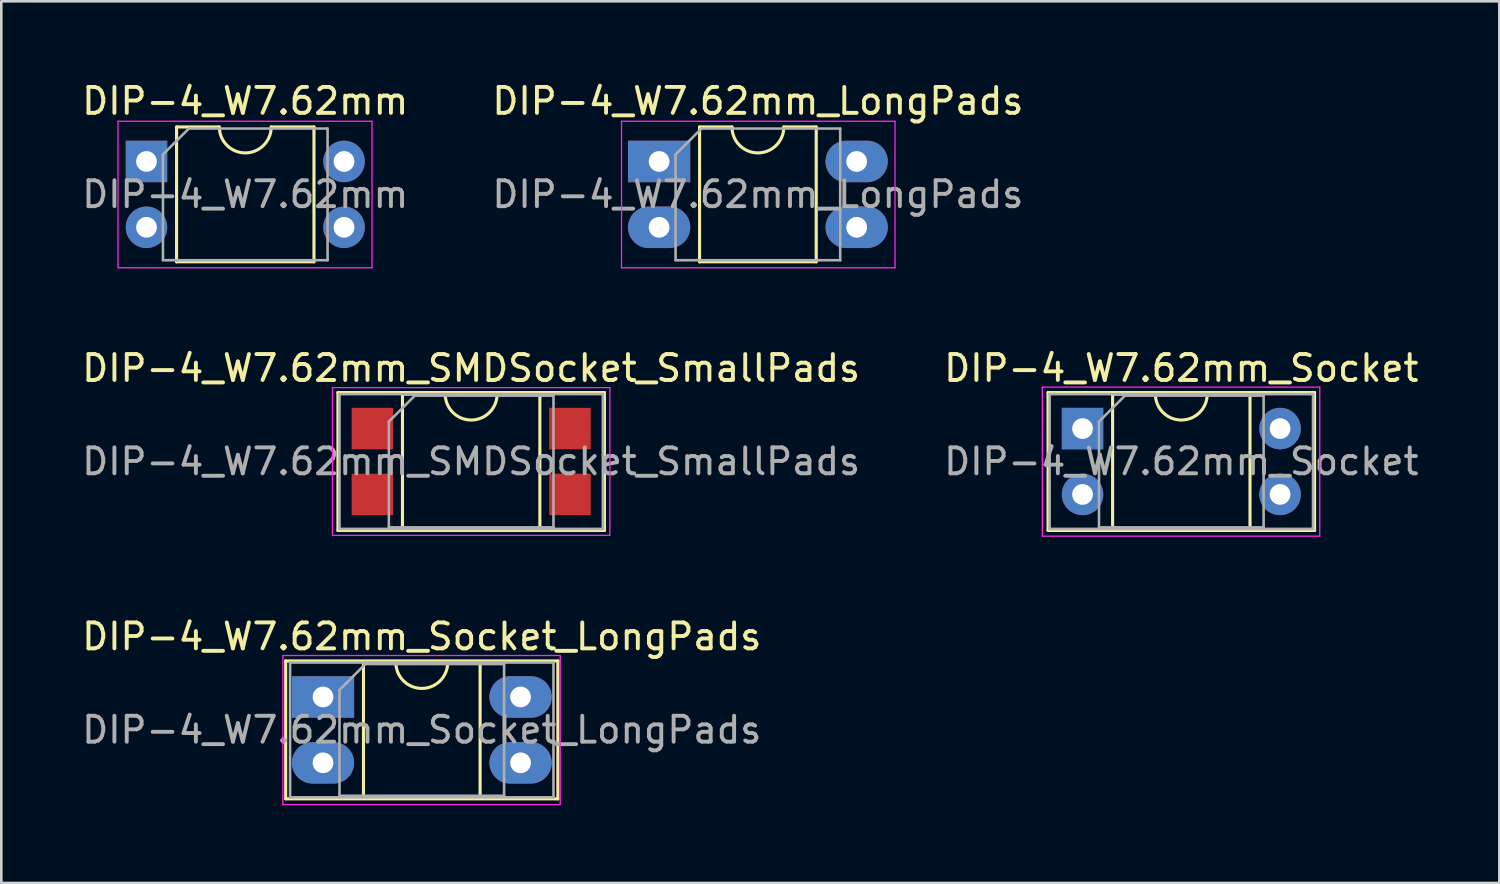
<source format=kicad_pcb>
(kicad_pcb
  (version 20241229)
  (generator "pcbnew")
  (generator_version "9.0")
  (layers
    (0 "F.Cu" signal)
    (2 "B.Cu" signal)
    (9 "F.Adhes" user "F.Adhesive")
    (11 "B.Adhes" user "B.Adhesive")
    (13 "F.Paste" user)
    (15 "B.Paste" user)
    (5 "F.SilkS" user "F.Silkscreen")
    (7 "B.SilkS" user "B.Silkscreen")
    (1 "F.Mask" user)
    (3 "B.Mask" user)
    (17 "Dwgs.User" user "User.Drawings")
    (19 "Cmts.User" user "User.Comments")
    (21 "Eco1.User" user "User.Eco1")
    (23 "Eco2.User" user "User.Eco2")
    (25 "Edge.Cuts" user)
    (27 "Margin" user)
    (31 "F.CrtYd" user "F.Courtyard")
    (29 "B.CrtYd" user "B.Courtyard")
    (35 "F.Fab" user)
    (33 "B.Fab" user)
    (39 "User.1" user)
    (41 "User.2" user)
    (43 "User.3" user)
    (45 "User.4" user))
  (footprint "DIP-4_W7.62mm_Socket"
    (layer "F.Cu")
    (at 38.708 13.482)
    (property "Reference" "DIP-4_W7.62mm_Socket" (at 3.81 -2.33 0) (layer "F.SilkS") (effects (font (size 1 1) (thickness 0.15))))
    (attr through_hole)
    (fp_line (start -1.33 -1.39) (end -1.33 3.93) (stroke (width 0.12) (type solid)) (layer "F.SilkS"))
    (fp_line (start -1.33 3.93) (end 8.95 3.93) (stroke (width 0.12) (type solid)) (layer "F.SilkS"))
    (fp_line (start 1.16 -1.33) (end 1.16 3.87) (stroke (width 0.12) (type solid)) (layer "F.SilkS"))
    (fp_line (start 1.16 3.87) (end 6.46 3.87) (stroke (width 0.12) (type solid)) (layer "F.SilkS"))
    (fp_line (start 2.81 -1.33) (end 1.16 -1.33) (stroke (width 0.12) (type solid)) (layer "F.SilkS"))
    (fp_line (start 6.46 -1.33) (end 4.81 -1.33) (stroke (width 0.12) (type solid)) (layer "F.SilkS"))
    (fp_line (start 6.46 3.87) (end 6.46 -1.33) (stroke (width 0.12) (type solid)) (layer "F.SilkS"))
    (fp_line (start 8.95 -1.39) (end -1.33 -1.39) (stroke (width 0.12) (type solid)) (layer "F.SilkS"))
    (fp_line (start 8.95 3.93) (end 8.95 -1.39) (stroke (width 0.12) (type solid)) (layer "F.SilkS"))
    (fp_arc (start 4.81 -1.33) (mid 3.81 -0.33) (end 2.81 -1.33) (stroke (width 0.12) (type solid)) (layer "F.SilkS"))
    (fp_line (start -1.55 -1.6) (end -1.55 4.15) (stroke (width 0.05) (type solid)) (layer "F.CrtYd"))
    (fp_line (start -1.55 4.15) (end 9.15 4.15) (stroke (width 0.05) (type solid)) (layer "F.CrtYd"))
    (fp_line (start 9.15 -1.6) (end -1.55 -1.6) (stroke (width 0.05) (type solid)) (layer "F.CrtYd"))
    (fp_line (start 9.15 4.15) (end 9.15 -1.6) (stroke (width 0.05) (type solid)) (layer "F.CrtYd"))
    (fp_line (start -1.27 -1.33) (end -1.27 3.87) (stroke (width 0.1) (type solid)) (layer "F.Fab"))
    (fp_line (start -1.27 3.87) (end 8.89 3.87) (stroke (width 0.1) (type solid)) (layer "F.Fab"))
    (fp_line (start 0.635 -0.27) (end 1.635 -1.27) (stroke (width 0.1) (type solid)) (layer "F.Fab"))
    (fp_line (start 0.635 3.81) (end 0.635 -0.27) (stroke (width 0.1) (type solid)) (layer "F.Fab"))
    (fp_line (start 1.635 -1.27) (end 6.985 -1.27) (stroke (width 0.1) (type solid)) (layer "F.Fab"))
    (fp_line (start 6.985 -1.27) (end 6.985 3.81) (stroke (width 0.1) (type solid)) (layer "F.Fab"))
    (fp_line (start 6.985 3.81) (end 0.635 3.81) (stroke (width 0.1) (type solid)) (layer "F.Fab"))
    (fp_line (start 8.89 -1.33) (end -1.27 -1.33) (stroke (width 0.1) (type solid)) (layer "F.Fab"))
    (fp_line (start 8.89 3.87) (end 8.89 -1.33) (stroke (width 0.1) (type solid)) (layer "F.Fab"))
    (fp_text user "${REFERENCE}" (at 3.81 1.27 0) (layer "F.Fab") (effects (font (size 1 1) (thickness 0.15))))
    (pad "1" thru_hole rect (at 0 0) (size 1.6 1.6) (drill 0.8) (layers "*.Cu" "*.Mask"))
    (pad "2" thru_hole oval (at 0 2.54) (size 1.6 1.6) (drill 0.8) (layers "*.Cu" "*.Mask"))
    (pad "3" thru_hole oval (at 7.62 2.54) (size 1.6 1.6) (drill 0.8) (layers "*.Cu" "*.Mask"))
    (pad "4" thru_hole oval (at 7.62 0) (size 1.6 1.6) (drill 0.8) (layers "*.Cu" "*.Mask")))
  (footprint "DIP-4_W7.62mm_Socket_LongPads"
    (layer "F.Cu")
    (at 9.41 23.835)
    (property "Reference" "DIP-4_W7.62mm_Socket_LongPads" (at 3.81 -2.33 0) (layer "F.SilkS") (effects (font (size 1 1) (thickness 0.15))))
    (attr through_hole)
    (fp_line (start -1.44 -1.39) (end -1.44 3.93) (stroke (width 0.12) (type solid)) (layer "F.SilkS"))
    (fp_line (start -1.44 3.93) (end 9.06 3.93) (stroke (width 0.12) (type solid)) (layer "F.SilkS"))
    (fp_line (start 1.56 -1.33) (end 1.56 3.87) (stroke (width 0.12) (type solid)) (layer "F.SilkS"))
    (fp_line (start 1.56 3.87) (end 6.06 3.87) (stroke (width 0.12) (type solid)) (layer "F.SilkS"))
    (fp_line (start 2.81 -1.33) (end 1.56 -1.33) (stroke (width 0.12) (type solid)) (layer "F.SilkS"))
    (fp_line (start 6.06 -1.33) (end 4.81 -1.33) (stroke (width 0.12) (type solid)) (layer "F.SilkS"))
    (fp_line (start 6.06 3.87) (end 6.06 -1.33) (stroke (width 0.12) (type solid)) (layer "F.SilkS"))
    (fp_line (start 9.06 -1.39) (end -1.44 -1.39) (stroke (width 0.12) (type solid)) (layer "F.SilkS"))
    (fp_line (start 9.06 3.93) (end 9.06 -1.39) (stroke (width 0.12) (type solid)) (layer "F.SilkS"))
    (fp_arc (start 4.81 -1.33) (mid 3.81 -0.33) (end 2.81 -1.33) (stroke (width 0.12) (type solid)) (layer "F.SilkS"))
    (fp_line (start -1.55 -1.6) (end -1.55 4.15) (stroke (width 0.05) (type solid)) (layer "F.CrtYd"))
    (fp_line (start -1.55 4.15) (end 9.15 4.15) (stroke (width 0.05) (type solid)) (layer "F.CrtYd"))
    (fp_line (start 9.15 -1.6) (end -1.55 -1.6) (stroke (width 0.05) (type solid)) (layer "F.CrtYd"))
    (fp_line (start 9.15 4.15) (end 9.15 -1.6) (stroke (width 0.05) (type solid)) (layer "F.CrtYd"))
    (fp_line (start -1.27 -1.33) (end -1.27 3.87) (stroke (width 0.1) (type solid)) (layer "F.Fab"))
    (fp_line (start -1.27 3.87) (end 8.89 3.87) (stroke (width 0.1) (type solid)) (layer "F.Fab"))
    (fp_line (start 0.635 -0.27) (end 1.635 -1.27) (stroke (width 0.1) (type solid)) (layer "F.Fab"))
    (fp_line (start 0.635 3.81) (end 0.635 -0.27) (stroke (width 0.1) (type solid)) (layer "F.Fab"))
    (fp_line (start 1.635 -1.27) (end 6.985 -1.27) (stroke (width 0.1) (type solid)) (layer "F.Fab"))
    (fp_line (start 6.985 -1.27) (end 6.985 3.81) (stroke (width 0.1) (type solid)) (layer "F.Fab"))
    (fp_line (start 6.985 3.81) (end 0.635 3.81) (stroke (width 0.1) (type solid)) (layer "F.Fab"))
    (fp_line (start 8.89 -1.33) (end -1.27 -1.33) (stroke (width 0.1) (type solid)) (layer "F.Fab"))
    (fp_line (start 8.89 3.87) (end 8.89 -1.33) (stroke (width 0.1) (type solid)) (layer "F.Fab"))
    (fp_text user "${REFERENCE}" (at 3.81 1.27 0) (layer "F.Fab") (effects (font (size 1 1) (thickness 0.15))))
    (pad "1" thru_hole rect (at 0 0) (size 2.4 1.6) (drill 0.8) (layers "*.Cu" "*.Mask"))
    (pad "2" thru_hole oval (at 0 2.54) (size 2.4 1.6) (drill 0.8) (layers "*.Cu" "*.Mask"))
    (pad "3" thru_hole oval (at 7.62 2.54) (size 2.4 1.6) (drill 0.8) (layers "*.Cu" "*.Mask"))
    (pad "4" thru_hole oval (at 7.62 0) (size 2.4 1.6) (drill 0.8) (layers "*.Cu" "*.Mask")))
  (footprint "DIP-4_W7.62mm"
    (layer "F.Cu")
    (at 2.601 3.178)
    (property "Reference" "DIP-4_W7.62mm" (at 3.81 -2.33 0) (layer "F.SilkS") (effects (font (size 1 1) (thickness 0.15))))
    (attr through_hole)
    (fp_line (start 1.16 -1.33) (end 1.16 3.87) (stroke (width 0.12) (type solid)) (layer "F.SilkS"))
    (fp_line (start 1.16 3.87) (end 6.46 3.87) (stroke (width 0.12) (type solid)) (layer "F.SilkS"))
    (fp_line (start 2.81 -1.33) (end 1.16 -1.33) (stroke (width 0.12) (type solid)) (layer "F.SilkS"))
    (fp_line (start 6.46 -1.33) (end 4.81 -1.33) (stroke (width 0.12) (type solid)) (layer "F.SilkS"))
    (fp_line (start 6.46 3.87) (end 6.46 -1.33) (stroke (width 0.12) (type solid)) (layer "F.SilkS"))
    (fp_arc (start 4.81 -1.33) (mid 3.81 -0.33) (end 2.81 -1.33) (stroke (width 0.12) (type solid)) (layer "F.SilkS"))
    (fp_line (start -1.1 -1.55) (end -1.1 4.1) (stroke (width 0.05) (type solid)) (layer "F.CrtYd"))
    (fp_line (start -1.1 4.1) (end 8.7 4.1) (stroke (width 0.05) (type solid)) (layer "F.CrtYd"))
    (fp_line (start 8.7 -1.55) (end -1.1 -1.55) (stroke (width 0.05) (type solid)) (layer "F.CrtYd"))
    (fp_line (start 8.7 4.1) (end 8.7 -1.55) (stroke (width 0.05) (type solid)) (layer "F.CrtYd"))
    (fp_line (start 0.635 -0.27) (end 1.635 -1.27) (stroke (width 0.1) (type solid)) (layer "F.Fab"))
    (fp_line (start 0.635 3.81) (end 0.635 -0.27) (stroke (width 0.1) (type solid)) (layer "F.Fab"))
    (fp_line (start 1.635 -1.27) (end 6.985 -1.27) (stroke (width 0.1) (type solid)) (layer "F.Fab"))
    (fp_line (start 6.985 -1.27) (end 6.985 3.81) (stroke (width 0.1) (type solid)) (layer "F.Fab"))
    (fp_line (start 6.985 3.81) (end 0.635 3.81) (stroke (width 0.1) (type solid)) (layer "F.Fab"))
    (fp_text user "${REFERENCE}" (at 3.81 1.27 0) (layer "F.Fab") (effects (font (size 1 1) (thickness 0.15))))
    (pad "1" thru_hole rect (at 0 0) (size 1.6 1.6) (drill 0.8) (layers "*.Cu" "*.Mask"))
    (pad "2" thru_hole oval (at 0 2.54) (size 1.6 1.6) (drill 0.8) (layers "*.Cu" "*.Mask"))
    (pad "3" thru_hole oval (at 7.62 2.54) (size 1.6 1.6) (drill 0.8) (layers "*.Cu" "*.Mask"))
    (pad "4" thru_hole oval (at 7.62 0) (size 1.6 1.6) (drill 0.8) (layers "*.Cu" "*.Mask")))
  (footprint "DIP-4_W7.62mm_LongPads"
    (layer "F.Cu")
    (at 22.375 3.178)
    (property "Reference" "DIP-4_W7.62mm_LongPads" (at 3.81 -2.33 0) (layer "F.SilkS") (effects (font (size 1 1) (thickness 0.15))))
    (attr through_hole)
    (fp_line (start 1.56 -1.33) (end 1.56 3.87) (stroke (width 0.12) (type solid)) (layer "F.SilkS"))
    (fp_line (start 1.56 3.87) (end 6.06 3.87) (stroke (width 0.12) (type solid)) (layer "F.SilkS"))
    (fp_line (start 2.81 -1.33) (end 1.56 -1.33) (stroke (width 0.12) (type solid)) (layer "F.SilkS"))
    (fp_line (start 6.06 -1.33) (end 4.81 -1.33) (stroke (width 0.12) (type solid)) (layer "F.SilkS"))
    (fp_line (start 6.06 3.87) (end 6.06 -1.33) (stroke (width 0.12) (type solid)) (layer "F.SilkS"))
    (fp_arc (start 4.81 -1.33) (mid 3.81 -0.33) (end 2.81 -1.33) (stroke (width 0.12) (type solid)) (layer "F.SilkS"))
    (fp_line (start -1.45 -1.55) (end -1.45 4.1) (stroke (width 0.05) (type solid)) (layer "F.CrtYd"))
    (fp_line (start -1.45 4.1) (end 9.1 4.1) (stroke (width 0.05) (type solid)) (layer "F.CrtYd"))
    (fp_line (start 9.1 -1.55) (end -1.45 -1.55) (stroke (width 0.05) (type solid)) (layer "F.CrtYd"))
    (fp_line (start 9.1 4.1) (end 9.1 -1.55) (stroke (width 0.05) (type solid)) (layer "F.CrtYd"))
    (fp_line (start 0.635 -0.27) (end 1.635 -1.27) (stroke (width 0.1) (type solid)) (layer "F.Fab"))
    (fp_line (start 0.635 3.81) (end 0.635 -0.27) (stroke (width 0.1) (type solid)) (layer "F.Fab"))
    (fp_line (start 1.635 -1.27) (end 6.985 -1.27) (stroke (width 0.1) (type solid)) (layer "F.Fab"))
    (fp_line (start 6.985 -1.27) (end 6.985 3.81) (stroke (width 0.1) (type solid)) (layer "F.Fab"))
    (fp_line (start 6.985 3.81) (end 0.635 3.81) (stroke (width 0.1) (type solid)) (layer "F.Fab"))
    (fp_text user "${REFERENCE}" (at 3.81 1.27 0) (layer "F.Fab") (effects (font (size 1 1) (thickness 0.15))))
    (pad "1" thru_hole rect (at 0 0) (size 2.4 1.6) (drill 0.8) (layers "*.Cu" "*.Mask"))
    (pad "2" thru_hole oval (at 0 2.54) (size 2.4 1.6) (drill 0.8) (layers "*.Cu" "*.Mask"))
    (pad "3" thru_hole oval (at 7.62 2.54) (size 2.4 1.6) (drill 0.8) (layers "*.Cu" "*.Mask"))
    (pad "4" thru_hole oval (at 7.62 0) (size 2.4 1.6) (drill 0.8) (layers "*.Cu" "*.Mask")))
  (footprint "DIP-4_W7.62mm_SMDSocket_SmallPads"
    (layer "F.Cu")
    (at 15.125 14.752)
    (property "Reference" "DIP-4_W7.62mm_SMDSocket_SmallPads" (at 0 -3.6 0) (layer "F.SilkS") (effects (font (size 1 1) (thickness 0.15))))
    (attr smd)
    (fp_line (start -5.14 -2.66) (end -5.14 2.66) (stroke (width 0.12) (type solid)) (layer "F.SilkS"))
    (fp_line (start -5.14 2.66) (end 5.14 2.66) (stroke (width 0.12) (type solid)) (layer "F.SilkS"))
    (fp_line (start -2.65 -2.6) (end -2.65 2.6) (stroke (width 0.12) (type solid)) (layer "F.SilkS"))
    (fp_line (start -2.65 2.6) (end 2.65 2.6) (stroke (width 0.12) (type solid)) (layer "F.SilkS"))
    (fp_line (start -1 -2.6) (end -2.65 -2.6) (stroke (width 0.12) (type solid)) (layer "F.SilkS"))
    (fp_line (start 2.65 -2.6) (end 1 -2.6) (stroke (width 0.12) (type solid)) (layer "F.SilkS"))
    (fp_line (start 2.65 2.6) (end 2.65 -2.6) (stroke (width 0.12) (type solid)) (layer "F.SilkS"))
    (fp_line (start 5.14 -2.66) (end -5.14 -2.66) (stroke (width 0.12) (type solid)) (layer "F.SilkS"))
    (fp_line (start 5.14 2.66) (end 5.14 -2.66) (stroke (width 0.12) (type solid)) (layer "F.SilkS"))
    (fp_arc (start 1 -2.6) (mid 0 -1.6) (end -1 -2.6) (stroke (width 0.12) (type solid)) (layer "F.SilkS"))
    (fp_line (start -5.35 -2.85) (end -5.35 2.85) (stroke (width 0.05) (type solid)) (layer "F.CrtYd"))
    (fp_line (start -5.35 2.85) (end 5.35 2.85) (stroke (width 0.05) (type solid)) (layer "F.CrtYd"))
    (fp_line (start 5.35 -2.85) (end -5.35 -2.85) (stroke (width 0.05) (type solid)) (layer "F.CrtYd"))
    (fp_line (start 5.35 2.85) (end 5.35 -2.85) (stroke (width 0.05) (type solid)) (layer "F.CrtYd"))
    (fp_line (start -5.08 -2.6) (end -5.08 2.6) (stroke (width 0.1) (type solid)) (layer "F.Fab"))
    (fp_line (start -5.08 2.6) (end 5.08 2.6) (stroke (width 0.1) (type solid)) (layer "F.Fab"))
    (fp_line (start -3.175 -1.54) (end -2.175 -2.54) (stroke (width 0.1) (type solid)) (layer "F.Fab"))
    (fp_line (start -3.175 2.54) (end -3.175 -1.54) (stroke (width 0.1) (type solid)) (layer "F.Fab"))
    (fp_line (start -2.175 -2.54) (end 3.175 -2.54) (stroke (width 0.1) (type solid)) (layer "F.Fab"))
    (fp_line (start 3.175 -2.54) (end 3.175 2.54) (stroke (width 0.1) (type solid)) (layer "F.Fab"))
    (fp_line (start 3.175 2.54) (end -3.175 2.54) (stroke (width 0.1) (type solid)) (layer "F.Fab"))
    (fp_line (start 5.08 -2.6) (end -5.08 -2.6) (stroke (width 0.1) (type solid)) (layer "F.Fab"))
    (fp_line (start 5.08 2.6) (end 5.08 -2.6) (stroke (width 0.1) (type solid)) (layer "F.Fab"))
    (fp_text user "${REFERENCE}" (at 0 0 0) (layer "F.Fab") (effects (font (size 1 1) (thickness 0.15))))
    (pad "1" smd rect (at -3.81 -1.27) (size 1.6 1.6) (layers "F.Cu" "F.Mask" "F.Paste"))
    (pad "2" smd rect (at -3.81 1.27) (size 1.6 1.6) (layers "F.Cu" "F.Mask" "F.Paste"))
    (pad "3" smd rect (at 3.81 1.27) (size 1.6 1.6) (layers "F.Cu" "F.Mask" "F.Paste"))
    (pad "4" smd rect (at 3.81 -1.27) (size 1.6 1.6) (layers "F.Cu" "F.Mask" "F.Paste")))
  (gr_rect
    (start -3 -3)
    (end 54.786 31.01)
    (stroke (width 0.1) (type default))
    (fill no)
    (layer "Edge.Cuts")))
</source>
